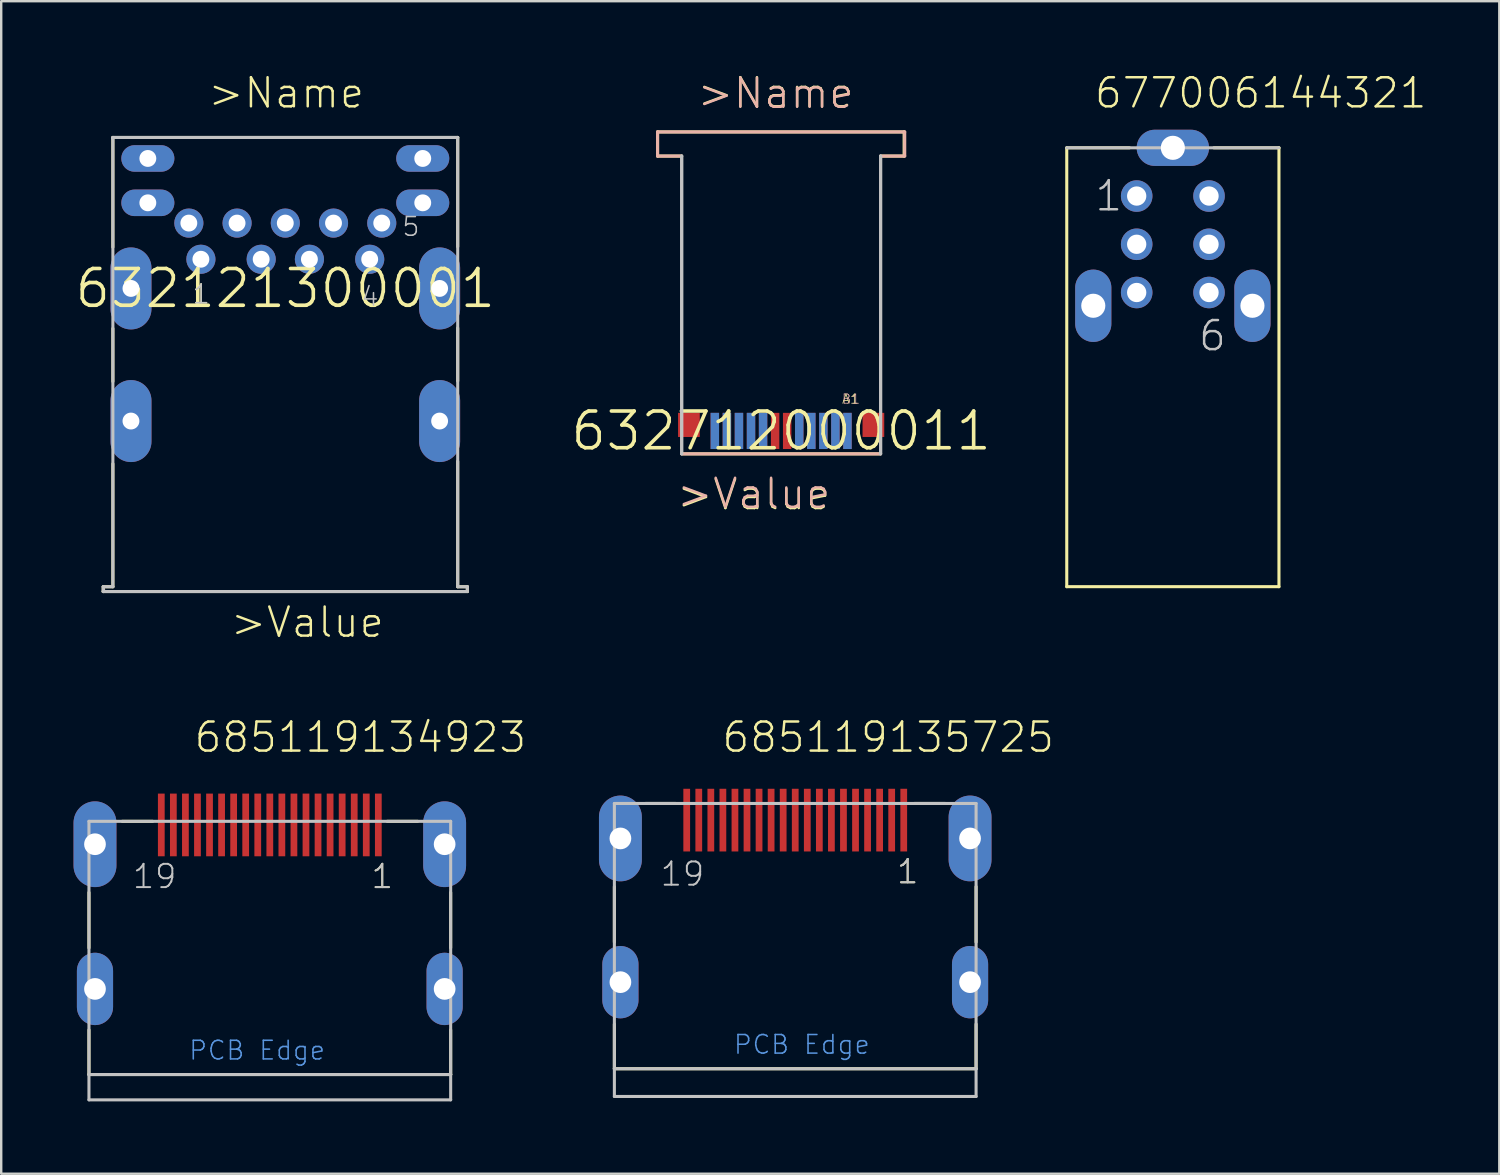
<source format=kicad_pcb>
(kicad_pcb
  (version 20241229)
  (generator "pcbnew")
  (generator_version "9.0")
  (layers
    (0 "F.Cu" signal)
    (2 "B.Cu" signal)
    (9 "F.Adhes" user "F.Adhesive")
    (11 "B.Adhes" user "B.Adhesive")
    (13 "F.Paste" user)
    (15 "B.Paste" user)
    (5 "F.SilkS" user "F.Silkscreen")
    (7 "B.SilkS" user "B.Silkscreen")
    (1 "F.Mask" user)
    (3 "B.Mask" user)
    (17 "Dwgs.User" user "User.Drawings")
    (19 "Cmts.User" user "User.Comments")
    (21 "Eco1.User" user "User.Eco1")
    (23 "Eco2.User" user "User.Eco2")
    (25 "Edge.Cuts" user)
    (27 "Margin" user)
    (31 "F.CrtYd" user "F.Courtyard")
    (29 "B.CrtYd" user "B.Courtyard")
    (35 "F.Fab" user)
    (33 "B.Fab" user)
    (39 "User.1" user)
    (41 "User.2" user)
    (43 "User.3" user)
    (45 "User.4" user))
  (footprint "677006144321"
    (layer "F.Cu")
    (at 45.588 7.08)
    (property "Reference" "677006144321" (at -3.314 -5.568 0) (layer "F.SilkS") (effects (font (size 1.206 1.206) (thickness 0.102)) (justify left bottom)))
    (attr through_hole)
    (fp_line (start -4.4 -4) (end -4.4 14.2) (stroke (width 0.127) (type solid)) (layer "F.SilkS"))
    (fp_line (start -4.4 14.2) (end 4.4 14.2) (stroke (width 0.127) (type solid)) (layer "F.SilkS"))
    (fp_line (start -1.8 -4) (end -4.4 -4) (stroke (width 0.127) (type solid)) (layer "F.SilkS"))
    (fp_line (start 1.7 -4) (end 4.4 -4) (stroke (width 0.127) (type solid)) (layer "F.SilkS"))
    (fp_line (start 4.4 14.2) (end 4.4 -4) (stroke (width 0.127) (type solid)) (layer "F.SilkS"))
    (fp_line (start 4.4 -4) (end -4.4 -4) (stroke (width 0.127) (type solid)) (layer "Dwgs.User"))
    (fp_text user "1" (at -3.3 -1.3 0) (layer "Dwgs.User") (effects (font (size 1.206 1.206) (thickness 0.102)) (justify left bottom)))
    (fp_text user "6" (at 1 4.5 0) (layer "Dwgs.User") (effects (font (size 1.206 1.206) (thickness 0.102)) (justify left bottom)))
    (pad "1" thru_hole circle (at -1.5 -2) (size 1.308 1.308) (drill 0.8) (layers "*.Cu" "*.Mask"))
    (pad "2" thru_hole circle (at 1.5 -2) (size 1.308 1.308) (drill 0.8) (layers "*.Cu" "*.Mask"))
    (pad "3" thru_hole circle (at -1.5 0) (size 1.308 1.308) (drill 0.8) (layers "*.Cu" "*.Mask"))
    (pad "4" thru_hole circle (at 1.5 0) (size 1.308 1.308) (drill 0.8) (layers "*.Cu" "*.Mask"))
    (pad "5" thru_hole circle (at -1.5 2) (size 1.308 1.308) (drill 0.8) (layers "*.Cu" "*.Mask"))
    (pad "6" thru_hole circle (at 1.5 2) (size 1.308 1.308) (drill 0.8) (layers "*.Cu" "*.Mask"))
    (pad "SHEL" thru_hole oval (at -3.3 2.55 90) (size 3 1.5) (drill 1) (layers "*.Cu" "*.Mask"))
    (pad "SHEL" thru_hole oval (at 0 -4 180) (size 3 1.5) (drill 1) (layers "*.Cu" "*.Mask"))
    (pad "SHEL" thru_hole oval (at 3.3 2.55 90) (size 3 1.5) (drill 1) (layers "*.Cu" "*.Mask")))
  (footprint "632712000011"
    (layer "F.Cu")
    (at 29.344 14.821)
    (property "Reference" "632712000011" (at 0 0 0) (layer "F.SilkS") (effects (font (size 1.524 1.524) (thickness 0.15))))
    (attr through_hole)
    (fp_line (start -5.125 -12.4) (end -5.125 -11.4) (stroke (width 0.127) (type solid)) (layer "F.SilkS"))
    (fp_line (start -5.125 -12.4) (end 5.1 -12.4) (stroke (width 0.127) (type solid)) (layer "F.SilkS"))
    (fp_line (start -5.125 -11.4) (end -4.125 -11.4) (stroke (width 0.127) (type solid)) (layer "F.SilkS"))
    (fp_line (start -4.125 0.95) (end 4.125 0.95) (stroke (width 0.127) (type solid)) (layer "F.SilkS"))
    (fp_line (start 5.1 -12.4) (end 5.1 -11.4) (stroke (width 0.127) (type solid)) (layer "F.SilkS"))
    (fp_line (start 5.1 -11.4) (end 4.125 -11.4) (stroke (width 0.127) (type solid)) (layer "F.SilkS"))
    (fp_line (start -5.125 -12.4) (end 5.125 -12.4) (stroke (width 0.127) (type solid)) (layer "B.SilkS"))
    (fp_line (start -5.125 -11.4) (end -5.125 -12.4) (stroke (width 0.127) (type solid)) (layer "B.SilkS"))
    (fp_line (start -4.125 -11.4) (end -5.125 -11.4) (stroke (width 0.127) (type solid)) (layer "B.SilkS"))
    (fp_line (start 4.125 0.95) (end -4.125 0.95) (stroke (width 0.127) (type solid)) (layer "B.SilkS"))
    (fp_line (start 5.125 -12.4) (end 5.125 -11.4) (stroke (width 0.127) (type solid)) (layer "B.SilkS"))
    (fp_line (start 5.125 -11.4) (end 4.125 -11.4) (stroke (width 0.127) (type solid)) (layer "B.SilkS"))
    (fp_line (start -4.125 -11.4) (end -4.125 0.95) (stroke (width 0.127) (type solid)) (layer "Dwgs.User"))
    (fp_line (start -4.125 0.95) (end -4.125 -11.4) (stroke (width 0.127) (type solid)) (layer "Dwgs.User"))
    (fp_line (start 4.125 -11.4) (end 4.125 0.95) (stroke (width 0.127) (type solid)) (layer "Dwgs.User"))
    (fp_line (start 4.125 -11.4) (end 4.125 0.95) (stroke (width 0.127) (type solid)) (layer "Dwgs.User"))
    (fp_text user ">Name" (at -3.54 -13.31 0) (layer "F.SilkS") (effects (font (size 1.206 1.206) (thickness 0.102)) (justify left bottom)))
    (fp_text user "A1" (at 2.5 -1.1 0) (layer "F.SilkS") (effects (font (size 0.386 0.386) (thickness 0.033)) (justify left bottom)))
    (fp_text user ">Value" (at -4.39 3.35 0) (layer "F.SilkS") (effects (font (size 1.206 1.206) (thickness 0.102)) (justify left bottom)))
    (fp_text user "B1" (at 2.5 -1.1 0) (layer "B.SilkS") (effects (font (size 0.386 0.386) (thickness 0.033)) (justify left bottom)))
    (fp_text user ">Value" (at -4.39 3.3 0) (layer "B.SilkS") (effects (font (size 1.206 1.206) (thickness 0.102)) (justify left bottom)))
    (fp_text user ">Name" (at -3.54 -13.29 0) (layer "B.SilkS") (effects (font (size 1.206 1.206) (thickness 0.102)) (justify left bottom)))
    (pad "A1" smd rect (at 2.75 0 90) (size 1.5 0.35) (layers "F.Cu" "F.Mask" "F.Paste"))
    (pad "A2" smd rect (at 2.25 0 90) (size 1.5 0.35) (layers "F.Cu" "F.Mask" "F.Paste"))
    (pad "A3" smd rect (at 1.75 0 90) (size 1.5 0.35) (layers "F.Cu" "F.Mask" "F.Paste"))
    (pad "A4" smd rect (at 1.25 0 90) (size 1.5 0.35) (layers "F.Cu" "F.Mask" "F.Paste"))
    (pad "A5" smd rect (at 0.75 0 90) (size 1.5 0.35) (layers "F.Cu" "F.Mask" "F.Paste"))
    (pad "A6" smd rect (at 0.25 0 90) (size 1.5 0.35) (layers "F.Cu" "F.Mask" "F.Paste"))
    (pad "A7" smd rect (at -0.25 0 90) (size 1.5 0.35) (layers "F.Cu" "F.Mask" "F.Paste"))
    (pad "A8" smd rect (at -0.75 0 90) (size 1.5 0.35) (layers "F.Cu" "F.Mask" "F.Paste"))
    (pad "A9" smd rect (at -1.25 0 90) (size 1.5 0.35) (layers "F.Cu" "F.Mask" "F.Paste"))
    (pad "A10" smd rect (at -1.75 0 90) (size 1.5 0.35) (layers "F.Cu" "F.Mask" "F.Paste"))
    (pad "A11" smd rect (at -2.25 0 90) (size 1.5 0.35) (layers "F.Cu" "F.Mask" "F.Paste"))
    (pad "A12" smd rect (at -2.75 0 90) (size 1.5 0.35) (layers "F.Cu" "F.Mask" "F.Paste"))
    (pad "B1" smd rect (at 2.75 0 90) (size 1.5 0.35) (layers "B.Cu" "B.Mask" "B.Paste"))
    (pad "B2" smd rect (at 2.25 0 90) (size 1.5 0.35) (layers "B.Cu" "B.Mask" "B.Paste"))
    (pad "B3" smd rect (at 1.75 0 90) (size 1.5 0.35) (layers "B.Cu" "B.Mask" "B.Paste"))
    (pad "B4" smd rect (at 1.25 0 90) (size 1.5 0.35) (layers "B.Cu" "B.Mask" "B.Paste"))
    (pad "B5" smd rect (at 0.75 0 90) (size 1.5 0.35) (layers "B.Cu" "B.Mask" "B.Paste"))
    (pad "B8" smd rect (at -0.75 0 90) (size 1.5 0.35) (layers "B.Cu" "B.Mask" "B.Paste"))
    (pad "B9" smd rect (at -1.25 0 90) (size 1.5 0.35) (layers "B.Cu" "B.Mask" "B.Paste"))
    (pad "B10" smd rect (at -1.75 0 90) (size 1.5 0.35) (layers "B.Cu" "B.Mask" "B.Paste"))
    (pad "B11" smd rect (at -2.25 0 90) (size 1.5 0.35) (layers "B.Cu" "B.Mask" "B.Paste"))
    (pad "B12" smd rect (at -2.75 0 90) (size 1.5 0.35) (layers "B.Cu" "B.Mask" "B.Paste"))
    (pad "SHEL" smd rect (at -3.825 -0.25 90) (size 1 0.9) (layers "F.Cu" "F.Mask" "F.Paste"))
    (pad "SHEL" smd rect (at 3.825 -0.25 90) (size 1 0.9) (layers "F.Cu" "F.Mask" "F.Paste")))
  (footprint "685119134923"
    (layer "F.Cu")
    (at 8.139 31.16)
    (property "Reference" "685119134923" (at -3.202 -2.931 0) (layer "F.SilkS") (effects (font (size 1.206 1.206) (thickness 0.102)) (justify left bottom)))
    (attr through_hole)
    (fp_line (start -7.5 2.8) (end -7.5 5.1) (stroke (width 0.127) (type solid)) (layer "F.SilkS"))
    (fp_line (start -7.5 8.5) (end -7.5 10.35) (stroke (width 0.127) (type solid)) (layer "F.SilkS"))
    (fp_line (start -7.5 10.35) (end 7.5 10.35) (stroke (width 0.127) (type solid)) (layer "F.SilkS"))
    (fp_line (start -6.12 -0.15) (end -4.86 -0.15) (stroke (width 0.127) (type solid)) (layer "F.SilkS"))
    (fp_line (start 4.87 -0.15) (end 6.13 -0.15) (stroke (width 0.127) (type solid)) (layer "F.SilkS"))
    (fp_line (start 7.5 2.8) (end 7.5 5.1) (stroke (width 0.127) (type solid)) (layer "F.SilkS"))
    (fp_line (start 7.5 10.35) (end 7.5 8.5) (stroke (width 0.127) (type solid)) (layer "F.SilkS"))
    (fp_line (start -7.5 -0.15) (end 7.5 -0.15) (stroke (width 0.127) (type solid)) (layer "Dwgs.User"))
    (fp_line (start -7.5 10.35) (end -7.5 -0.15) (stroke (width 0.127) (type solid)) (layer "Dwgs.User"))
    (fp_line (start -7.5 10.35) (end -7.5 11.4) (stroke (width 0.127) (type solid)) (layer "Dwgs.User"))
    (fp_line (start -7.5 11.4) (end 7.5 11.4) (stroke (width 0.127) (type solid)) (layer "Dwgs.User"))
    (fp_line (start 7.5 -0.15) (end 7.5 10.35) (stroke (width 0.127) (type solid)) (layer "Dwgs.User"))
    (fp_line (start 7.5 10.35) (end -7.5 10.35) (stroke (width 0.127) (type solid)) (layer "Dwgs.User"))
    (fp_line (start 7.5 11.4) (end 7.5 10.35) (stroke (width 0.127) (type solid)) (layer "Dwgs.User"))
    (fp_text user "1" (at 4.15 2.7 0) (layer "F.SilkS") (effects (font (size 0.965 0.965) (thickness 0.081)) (justify left bottom)))
    (fp_text user "19" (at -5.75 2.7 0) (layer "Dwgs.User") (effects (font (size 0.965 0.965) (thickness 0.081)) (justify left bottom)))
    (fp_text user "1" (at 4.15 2.7 0) (layer "Dwgs.User") (effects (font (size 0.965 0.965) (thickness 0.081)) (justify left bottom)))
    (fp_text user "PCB Edge" (at -3.4 9.8 0) (layer "Cmts.User") (effects (font (size 0.772 0.772) (thickness 0.065)) (justify left bottom)))
    (pad "1" smd rect (at 4.5 0 180) (size 0.28 2.6) (layers "F.Cu" "F.Mask" "F.Paste"))
    (pad "2" smd rect (at 4 0 180) (size 0.28 2.6) (layers "F.Cu" "F.Mask" "F.Paste"))
    (pad "3" smd rect (at 3.5 0 180) (size 0.28 2.6) (layers "F.Cu" "F.Mask" "F.Paste"))
    (pad "4" smd rect (at 3 0 180) (size 0.28 2.6) (layers "F.Cu" "F.Mask" "F.Paste"))
    (pad "5" smd rect (at 2.5 0 180) (size 0.28 2.6) (layers "F.Cu" "F.Mask" "F.Paste"))
    (pad "6" smd rect (at 2 0 180) (size 0.28 2.6) (layers "F.Cu" "F.Mask" "F.Paste"))
    (pad "7" smd rect (at 1.5 0 180) (size 0.28 2.6) (layers "F.Cu" "F.Mask" "F.Paste"))
    (pad "8" smd rect (at 1 0 180) (size 0.28 2.6) (layers "F.Cu" "F.Mask" "F.Paste"))
    (pad "9" smd rect (at 0.5 0 180) (size 0.28 2.6) (layers "F.Cu" "F.Mask" "F.Paste"))
    (pad "10" smd rect (at 0 0 180) (size 0.28 2.6) (layers "F.Cu" "F.Mask" "F.Paste"))
    (pad "11" smd rect (at -0.5 0 180) (size 0.28 2.6) (layers "F.Cu" "F.Mask" "F.Paste"))
    (pad "12" smd rect (at -1 0 180) (size 0.28 2.6) (layers "F.Cu" "F.Mask" "F.Paste"))
    (pad "13" smd rect (at -1.5 0 180) (size 0.28 2.6) (layers "F.Cu" "F.Mask" "F.Paste"))
    (pad "14" smd rect (at -2 0 180) (size 0.28 2.6) (layers "F.Cu" "F.Mask" "F.Paste"))
    (pad "15" smd rect (at -2.5 0 180) (size 0.28 2.6) (layers "F.Cu" "F.Mask" "F.Paste"))
    (pad "16" smd rect (at -3 0 180) (size 0.28 2.6) (layers "F.Cu" "F.Mask" "F.Paste"))
    (pad "17" smd rect (at -3.5 0 180) (size 0.28 2.6) (layers "F.Cu" "F.Mask" "F.Paste"))
    (pad "18" smd rect (at -4 0 180) (size 0.28 2.6) (layers "F.Cu" "F.Mask" "F.Paste"))
    (pad "19" smd rect (at -4.5 0 180) (size 0.28 2.6) (layers "F.Cu" "F.Mask" "F.Paste"))
    (pad "SHEL" thru_hole oval (at -7.25 0.8 90) (size 3.556 1.778) (drill 0.9) (layers "*.Cu" "*.Mask"))
    (pad "SHEL" thru_hole oval (at -7.25 6.8 90) (size 3 1.5) (drill 0.9) (layers "*.Cu" "*.Mask"))
    (pad "SHEL" thru_hole oval (at 7.25 0.8 90) (size 3.556 1.778) (drill 0.9) (layers "*.Cu" "*.Mask"))
    (pad "SHEL" thru_hole oval (at 7.25 6.8 90) (size 3 1.5) (drill 0.9) (layers "*.Cu" "*.Mask")))
  (footprint "632121300001"
    (layer "F.Cu")
    (at 8.781 8.911)
    (property "Reference" "632121300001" (at 0 0 0) (layer "F.SilkS") (effects (font (size 1.524 1.524) (thickness 0.15))))
    (attr through_hole)
    (fp_line (start -7.55 12.37) (end -7.55 12.57) (stroke (width 0.127) (type solid)) (layer "F.SilkS"))
    (fp_line (start -7.55 12.57) (end 7.55 12.57) (stroke (width 0.127) (type solid)) (layer "F.SilkS"))
    (fp_line (start -7.15 -6.26) (end -7.15 -1.71) (stroke (width 0.127) (type solid)) (layer "F.SilkS"))
    (fp_line (start -7.15 -6.26) (end 7.15 -6.26) (stroke (width 0.127) (type solid)) (layer "F.SilkS"))
    (fp_line (start -7.15 1.66) (end -7.15 3.86) (stroke (width 0.127) (type solid)) (layer "F.SilkS"))
    (fp_line (start -7.15 7.27) (end -7.15 12.37) (stroke (width 0.127) (type solid)) (layer "F.SilkS"))
    (fp_line (start -7.15 12.37) (end -7.55 12.37) (stroke (width 0.127) (type solid)) (layer "F.SilkS"))
    (fp_line (start 7.15 -6.26) (end 7.15 -1.73) (stroke (width 0.127) (type solid)) (layer "F.SilkS"))
    (fp_line (start 7.15 1.64) (end 7.15 3.84) (stroke (width 0.127) (type solid)) (layer "F.SilkS"))
    (fp_line (start 7.15 7.17) (end 7.15 12.37) (stroke (width 0.127) (type solid)) (layer "F.SilkS"))
    (fp_line (start 7.55 12.37) (end 7.15 12.37) (stroke (width 0.127) (type solid)) (layer "F.SilkS"))
    (fp_line (start 7.55 12.37) (end 7.55 12.57) (stroke (width 0.127) (type solid)) (layer "F.SilkS"))
    (fp_line (start -7.55 12.37) (end -7.15 12.37) (stroke (width 0.127) (type solid)) (layer "Dwgs.User"))
    (fp_line (start -7.55 12.57) (end -7.55 12.37) (stroke (width 0.127) (type solid)) (layer "Dwgs.User"))
    (fp_line (start -7.53 12.51) (end -7.55 12.57) (stroke (width 0.127) (type solid)) (layer "Dwgs.User"))
    (fp_line (start -7.16 -6.22) (end -7.15 -6.26) (stroke (width 0.127) (type solid)) (layer "Dwgs.User"))
    (fp_line (start -7.15 -6.26) (end -7.15 12.37) (stroke (width 0.127) (type solid)) (layer "Dwgs.User"))
    (fp_line (start -7.15 -6.26) (end 7.15 -6.26) (stroke (width 0.127) (type solid)) (layer "Dwgs.User"))
    (fp_line (start 7.15 -6.26) (end 7.15 12.37) (stroke (width 0.127) (type solid)) (layer "Dwgs.User"))
    (fp_line (start 7.15 12.37) (end 7.55 12.37) (stroke (width 0.127) (type solid)) (layer "Dwgs.User"))
    (fp_line (start 7.55 12.37) (end 7.55 12.57) (stroke (width 0.127) (type solid)) (layer "Dwgs.User"))
    (fp_line (start 7.55 12.57) (end -7.55 12.57) (stroke (width 0.127) (type solid)) (layer "Dwgs.User"))
    (fp_text user ">Value" (at -2.34 14.55 0) (layer "F.SilkS") (effects (font (size 1.206 1.206) (thickness 0.102)) (justify left bottom)))
    (fp_text user ">Name" (at 0.04 -7.4 0) (layer "F.SilkS") (effects (font (size 1.206 1.206) (thickness 0.102)) (justify bottom)))
    (fp_text user "1" (at -3.9 0.69 0) (layer "F.SilkS") (effects (font (size 0.772 0.772) (thickness 0.065)) (justify left bottom)))
    (fp_text user "1" (at -3.9 0.69 0) (layer "Dwgs.User") (effects (font (size 0.772 0.772) (thickness 0.065)) (justify left bottom)))
    (fp_text user "5" (at 4.8 -2.11 0) (layer "Dwgs.User") (effects (font (size 0.772 0.772) (thickness 0.065)) (justify left bottom)))
    (fp_text user "4" (at 3.1 0.79 0) (layer "Dwgs.User") (effects (font (size 0.772 0.772) (thickness 0.065)) (justify left bottom)))
    (pad "1" thru_hole circle (at -3.5 -1.21) (size 1.208 1.208) (drill 0.7) (layers "*.Cu" "*.Mask"))
    (pad "2" thru_hole circle (at -1 -1.21) (size 1.208 1.208) (drill 0.7) (layers "*.Cu" "*.Mask"))
    (pad "3" thru_hole circle (at 1 -1.21) (size 1.208 1.208) (drill 0.7) (layers "*.Cu" "*.Mask"))
    (pad "4" thru_hole circle (at 3.5 -1.21) (size 1.208 1.208) (drill 0.7) (layers "*.Cu" "*.Mask"))
    (pad "5" thru_hole circle (at 4 -2.71) (size 1.208 1.208) (drill 0.7) (layers "*.Cu" "*.Mask"))
    (pad "6" thru_hole circle (at 2 -2.71) (size 1.208 1.208) (drill 0.7) (layers "*.Cu" "*.Mask"))
    (pad "7" thru_hole circle (at 0 -2.71) (size 1.208 1.208) (drill 0.7) (layers "*.Cu" "*.Mask"))
    (pad "8" thru_hole circle (at -2 -2.71) (size 1.208 1.208) (drill 0.7) (layers "*.Cu" "*.Mask"))
    (pad "9" thru_hole circle (at -4 -2.71) (size 1.208 1.208) (drill 0.7) (layers "*.Cu" "*.Mask"))
    (pad "10" thru_hole oval (at -5.7 -3.55) (size 2.2 1.1) (drill 0.7) (layers "*.Cu" "*.Mask"))
    (pad "11" thru_hole oval (at 5.7 -3.55) (size 2.2 1.1) (drill 0.7) (layers "*.Cu" "*.Mask"))
    (pad "12" thru_hole oval (at 5.7 -5.39) (size 2.2 1.1) (drill 0.7) (layers "*.Cu" "*.Mask"))
    (pad "13" thru_hole oval (at -5.7 -5.39) (size 2.2 1.1) (drill 0.7) (layers "*.Cu" "*.Mask"))
    (pad "SHEL" thru_hole oval (at -6.4 0 90) (size 3.4 1.7) (drill 0.7) (layers "*.Cu" "*.Mask"))
    (pad "SHEL" thru_hole oval (at -6.4 5.5 90) (size 3.4 1.7) (drill 0.7) (layers "*.Cu" "*.Mask"))
    (pad "SHEL" thru_hole oval (at 6.4 0 90) (size 3.4 1.7) (drill 0.7) (layers "*.Cu" "*.Mask"))
    (pad "SHEL" thru_hole oval (at 6.4 5.5 90) (size 3.4 1.7) (drill 0.7) (layers "*.Cu" "*.Mask")))
  (footprint "685119135725"
    (layer "F.Cu")
    (at 29.928 31.72)
    (property "Reference" "685119135725" (at -3.102 -3.491 0) (layer "F.SilkS") (effects (font (size 1.206 1.206) (thickness 0.102)) (justify left bottom)))
    (attr through_hole)
    (fp_line (start -7.5 2) (end -7.5 4.3) (stroke (width 0.127) (type solid)) (layer "F.SilkS"))
    (fp_line (start -7.5 7.7) (end -7.5 9.55) (stroke (width 0.127) (type solid)) (layer "F.SilkS"))
    (fp_line (start -7.5 9.55) (end 7.5 9.55) (stroke (width 0.127) (type solid)) (layer "F.SilkS"))
    (fp_line (start -6.21 -1.45) (end -4.94 -1.45) (stroke (width 0.127) (type solid)) (layer "F.SilkS"))
    (fp_line (start 4.94 -1.45) (end 6.24 -1.45) (stroke (width 0.127) (type solid)) (layer "F.SilkS"))
    (fp_line (start 7.5 2) (end 7.5 4.3) (stroke (width 0.127) (type solid)) (layer "F.SilkS"))
    (fp_line (start 7.5 9.55) (end 7.5 7.7) (stroke (width 0.127) (type solid)) (layer "F.SilkS"))
    (fp_line (start -7.5 -1.45) (end 7.5 -1.45) (stroke (width 0.127) (type solid)) (layer "Dwgs.User"))
    (fp_line (start -7.5 9.55) (end -7.5 -1.45) (stroke (width 0.127) (type solid)) (layer "Dwgs.User"))
    (fp_line (start -7.5 9.55) (end -7.5 10.7) (stroke (width 0.127) (type solid)) (layer "Dwgs.User"))
    (fp_line (start -7.5 10.7) (end 7.5 10.7) (stroke (width 0.127) (type solid)) (layer "Dwgs.User"))
    (fp_line (start 7.5 -1.45) (end 7.5 9.55) (stroke (width 0.127) (type solid)) (layer "Dwgs.User"))
    (fp_line (start 7.5 9.55) (end -7.5 9.55) (stroke (width 0.127) (type solid)) (layer "Dwgs.User"))
    (fp_line (start 7.5 10.7) (end 7.5 9.55) (stroke (width 0.127) (type solid)) (layer "Dwgs.User"))
    (fp_text user "1" (at 4.15 1.94 0) (layer "F.SilkS") (effects (font (size 0.965 0.965) (thickness 0.081)) (justify left bottom)))
    (fp_text user "19" (at -5.65 2.04 0) (layer "Dwgs.User") (effects (font (size 0.965 0.965) (thickness 0.081)) (justify left bottom)))
    (fp_text user "1" (at 4.15 1.94 0) (layer "Dwgs.User") (effects (font (size 0.965 0.965) (thickness 0.081)) (justify left bottom)))
    (fp_text user "PCB Edge" (at -2.6 9 0) (layer "Cmts.User") (effects (font (size 0.772 0.772) (thickness 0.065)) (justify left bottom)))
    (pad "1" smd rect (at 4.5 -0.76 180) (size 0.28 2.6) (layers "F.Cu" "F.Mask" "F.Paste"))
    (pad "2" smd rect (at 4 -0.76 180) (size 0.28 2.6) (layers "F.Cu" "F.Mask" "F.Paste"))
    (pad "3" smd rect (at 3.5 -0.76 180) (size 0.28 2.6) (layers "F.Cu" "F.Mask" "F.Paste"))
    (pad "4" smd rect (at 3 -0.76 180) (size 0.28 2.6) (layers "F.Cu" "F.Mask" "F.Paste"))
    (pad "5" smd rect (at 2.5 -0.76 180) (size 0.28 2.6) (layers "F.Cu" "F.Mask" "F.Paste"))
    (pad "6" smd rect (at 2 -0.76 180) (size 0.28 2.6) (layers "F.Cu" "F.Mask" "F.Paste"))
    (pad "7" smd rect (at 1.5 -0.76 180) (size 0.28 2.6) (layers "F.Cu" "F.Mask" "F.Paste"))
    (pad "8" smd rect (at 1 -0.76 180) (size 0.28 2.6) (layers "F.Cu" "F.Mask" "F.Paste"))
    (pad "9" smd rect (at 0.5 -0.76 180) (size 0.28 2.6) (layers "F.Cu" "F.Mask" "F.Paste"))
    (pad "10" smd rect (at 0 -0.76 180) (size 0.28 2.6) (layers "F.Cu" "F.Mask" "F.Paste"))
    (pad "11" smd rect (at -0.5 -0.76 180) (size 0.28 2.6) (layers "F.Cu" "F.Mask" "F.Paste"))
    (pad "12" smd rect (at -1 -0.76 180) (size 0.28 2.6) (layers "F.Cu" "F.Mask" "F.Paste"))
    (pad "13" smd rect (at -1.5 -0.76 180) (size 0.28 2.6) (layers "F.Cu" "F.Mask" "F.Paste"))
    (pad "14" smd rect (at -2 -0.76 180) (size 0.28 2.6) (layers "F.Cu" "F.Mask" "F.Paste"))
    (pad "15" smd rect (at -2.5 -0.76 180) (size 0.28 2.6) (layers "F.Cu" "F.Mask" "F.Paste"))
    (pad "16" smd rect (at -3 -0.76 180) (size 0.28 2.6) (layers "F.Cu" "F.Mask" "F.Paste"))
    (pad "17" smd rect (at -3.5 -0.76 180) (size 0.28 2.6) (layers "F.Cu" "F.Mask" "F.Paste"))
    (pad "18" smd rect (at -4 -0.76 180) (size 0.28 2.6) (layers "F.Cu" "F.Mask" "F.Paste"))
    (pad "19" smd rect (at -4.5 -0.76 180) (size 0.28 2.6) (layers "F.Cu" "F.Mask" "F.Paste"))
    (pad "SHEL" thru_hole oval (at -7.25 0 90) (size 3.556 1.778) (drill 0.9) (layers "*.Cu" "*.Mask"))
    (pad "SHEL" thru_hole oval (at -7.25 5.96 90) (size 3 1.5) (drill 0.9) (layers "*.Cu" "*.Mask"))
    (pad "SHEL" thru_hole oval (at 7.25 0 90) (size 3.556 1.778) (drill 0.9) (layers "*.Cu" "*.Mask"))
    (pad "SHEL" thru_hole oval (at 7.25 5.96 90) (size 3 1.5) (drill 0.9) (layers "*.Cu" "*.Mask")))
  (gr_rect
    (start -3 -3)
    (end 59.126 45.624)
    (stroke (width 0.1) (type default))
    (fill no)
    (layer "Edge.Cuts")))
</source>
